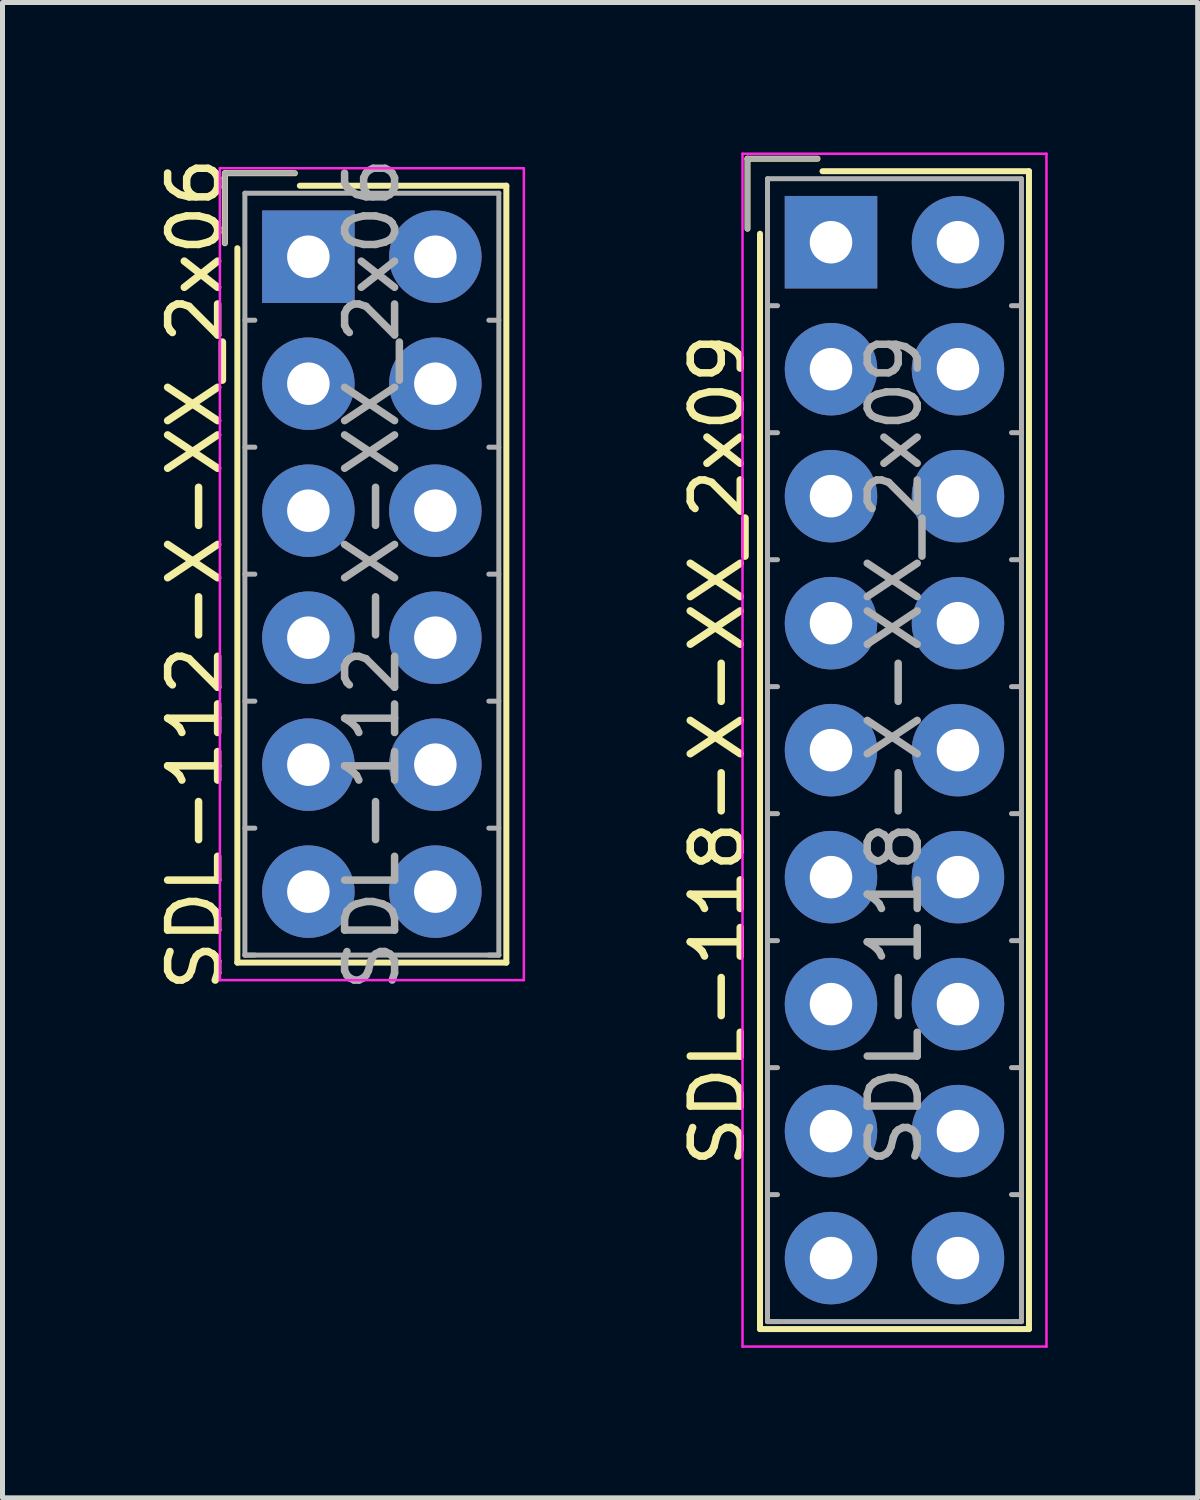
<source format=kicad_pcb>
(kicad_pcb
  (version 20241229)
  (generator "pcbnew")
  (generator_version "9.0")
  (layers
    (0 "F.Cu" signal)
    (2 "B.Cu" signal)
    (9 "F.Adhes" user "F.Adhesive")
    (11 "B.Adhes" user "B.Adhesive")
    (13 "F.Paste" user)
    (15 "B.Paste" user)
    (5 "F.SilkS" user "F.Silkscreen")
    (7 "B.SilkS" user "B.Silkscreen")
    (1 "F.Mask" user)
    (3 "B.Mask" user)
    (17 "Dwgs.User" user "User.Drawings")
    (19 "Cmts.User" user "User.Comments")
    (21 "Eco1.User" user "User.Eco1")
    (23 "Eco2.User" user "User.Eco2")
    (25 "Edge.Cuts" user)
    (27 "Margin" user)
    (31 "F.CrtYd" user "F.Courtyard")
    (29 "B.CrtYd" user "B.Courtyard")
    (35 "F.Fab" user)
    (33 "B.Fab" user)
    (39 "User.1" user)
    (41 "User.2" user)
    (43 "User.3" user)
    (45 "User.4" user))
  (footprint "SDL-112-X-XX_2x06"
    (layer "F.Cu")
    (at 3.118 2.085)
    (property "Reference" "SDL-112-X-XX_2x06" (at -2.27 6.35 90) (layer "F.SilkS") (effects (font (size 1 1) (thickness 0.15))))
    (attr through_hole)
    (fp_line (start -1.67 -1.67) (end -1.67 -0.27) (stroke (width 0.12) (type solid)) (layer "F.SilkS"))
    (fp_line (start -1.42 14.12) (end -1.42 -0.17) (stroke (width 0.12) (type solid)) (layer "F.SilkS"))
    (fp_line (start -0.27 -1.67) (end -1.67 -1.67) (stroke (width 0.12) (type solid)) (layer "F.SilkS"))
    (fp_line (start -0.17 -1.42) (end 3.96 -1.42) (stroke (width 0.12) (type solid)) (layer "F.SilkS"))
    (fp_line (start 3.96 -1.42) (end 3.96 14.12) (stroke (width 0.12) (type solid)) (layer "F.SilkS"))
    (fp_line (start 3.96 14.12) (end -1.42 14.12) (stroke (width 0.12) (type solid)) (layer "F.SilkS"))
    (fp_line (start -1.77 -1.77) (end -1.77 14.47) (stroke (width 0.05) (type solid)) (layer "F.CrtYd"))
    (fp_line (start -1.77 14.47) (end 4.31 14.47) (stroke (width 0.05) (type solid)) (layer "F.CrtYd"))
    (fp_line (start 4.31 -1.77) (end -1.77 -1.77) (stroke (width 0.05) (type solid)) (layer "F.CrtYd"))
    (fp_line (start 4.31 14.47) (end 4.31 -1.77) (stroke (width 0.05) (type solid)) (layer "F.CrtYd"))
    (fp_line (start -1.67 -1.67) (end -1.67 -0.27) (stroke (width 0.1) (type solid)) (layer "F.Fab"))
    (fp_line (start -1.27 -1.27) (end -1.27 13.97) (stroke (width 0.1) (type solid)) (layer "F.Fab"))
    (fp_line (start -1.27 1.27) (end -1.07 1.27) (stroke (width 0.1) (type solid)) (layer "F.Fab"))
    (fp_line (start -1.27 3.81) (end -1.07 3.81) (stroke (width 0.1) (type solid)) (layer "F.Fab"))
    (fp_line (start -1.27 6.35) (end -1.07 6.35) (stroke (width 0.1) (type solid)) (layer "F.Fab"))
    (fp_line (start -1.27 8.89) (end -1.07 8.89) (stroke (width 0.1) (type solid)) (layer "F.Fab"))
    (fp_line (start -1.27 11.43) (end -1.07 11.43) (stroke (width 0.1) (type solid)) (layer "F.Fab"))
    (fp_line (start -1.27 13.97) (end -1.07 13.97) (stroke (width 0.1) (type solid)) (layer "F.Fab"))
    (fp_line (start -1.27 13.97) (end 3.81 13.97) (stroke (width 0.1) (type solid)) (layer "F.Fab"))
    (fp_line (start -0.27 -1.67) (end -1.67 -1.67) (stroke (width 0.1) (type solid)) (layer "F.Fab"))
    (fp_line (start 3.81 -1.27) (end -1.27 -1.27) (stroke (width 0.1) (type solid)) (layer "F.Fab"))
    (fp_line (start 3.81 1.27) (end 3.61 1.27) (stroke (width 0.1) (type solid)) (layer "F.Fab"))
    (fp_line (start 3.81 3.81) (end 3.61 3.81) (stroke (width 0.1) (type solid)) (layer "F.Fab"))
    (fp_line (start 3.81 6.35) (end 3.61 6.35) (stroke (width 0.1) (type solid)) (layer "F.Fab"))
    (fp_line (start 3.81 8.89) (end 3.61 8.89) (stroke (width 0.1) (type solid)) (layer "F.Fab"))
    (fp_line (start 3.81 11.43) (end 3.61 11.43) (stroke (width 0.1) (type solid)) (layer "F.Fab"))
    (fp_line (start 3.81 13.97) (end 3.61 13.97) (stroke (width 0.1) (type solid)) (layer "F.Fab"))
    (fp_line (start 3.81 13.97) (end 3.81 -1.27) (stroke (width 0.1) (type solid)) (layer "F.Fab"))
    (fp_text user "${REFERENCE}" (at 1.27 6.35 90) (layer "F.Fab") (effects (font (size 1 1) (thickness 0.15))))
    (pad "1" thru_hole rect (at 0 0) (size 1.85 1.85) (drill 0.85) (layers "*.Cu" "*.Mask"))
    (pad "2" thru_hole circle (at 2.54 0) (size 1.85 1.85) (drill 0.85) (layers "*.Cu" "*.Mask"))
    (pad "3" thru_hole circle (at 0 2.54) (size 1.85 1.85) (drill 0.85) (layers "*.Cu" "*.Mask"))
    (pad "4" thru_hole circle (at 2.54 2.54) (size 1.85 1.85) (drill 0.85) (layers "*.Cu" "*.Mask"))
    (pad "5" thru_hole circle (at 0 5.08) (size 1.85 1.85) (drill 0.85) (layers "*.Cu" "*.Mask"))
    (pad "6" thru_hole circle (at 2.54 5.08) (size 1.85 1.85) (drill 0.85) (layers "*.Cu" "*.Mask"))
    (pad "7" thru_hole circle (at 0 7.62) (size 1.85 1.85) (drill 0.85) (layers "*.Cu" "*.Mask"))
    (pad "8" thru_hole circle (at 2.54 7.62) (size 1.85 1.85) (drill 0.85) (layers "*.Cu" "*.Mask"))
    (pad "9" thru_hole circle (at 0 10.16) (size 1.85 1.85) (drill 0.85) (layers "*.Cu" "*.Mask"))
    (pad "10" thru_hole circle (at 2.54 10.16) (size 1.85 1.85) (drill 0.85) (layers "*.Cu" "*.Mask"))
    (pad "11" thru_hole circle (at 0 12.7) (size 1.85 1.85) (drill 0.85) (layers "*.Cu" "*.Mask"))
    (pad "12" thru_hole circle (at 2.54 12.7) (size 1.85 1.85) (drill 0.85) (layers "*.Cu" "*.Mask")))
  (footprint "SDL-118-X-XX_2x09"
    (layer "F.Cu")
    (at 13.572 1.795)
    (property "Reference" "SDL-118-X-XX_2x09" (at -2.27 10.16 90) (layer "F.SilkS") (effects (font (size 1 1) (thickness 0.15))))
    (attr through_hole)
    (fp_line (start -1.67 -1.67) (end -1.67 -0.27) (stroke (width 0.12) (type solid)) (layer "F.SilkS"))
    (fp_line (start -1.42 21.74) (end -1.42 -0.17) (stroke (width 0.12) (type solid)) (layer "F.SilkS"))
    (fp_line (start -0.27 -1.67) (end -1.67 -1.67) (stroke (width 0.12) (type solid)) (layer "F.SilkS"))
    (fp_line (start -0.17 -1.42) (end 3.96 -1.42) (stroke (width 0.12) (type solid)) (layer "F.SilkS"))
    (fp_line (start 3.96 -1.42) (end 3.96 21.74) (stroke (width 0.12) (type solid)) (layer "F.SilkS"))
    (fp_line (start 3.96 21.74) (end -1.42 21.74) (stroke (width 0.12) (type solid)) (layer "F.SilkS"))
    (fp_line (start -1.77 -1.77) (end -1.77 22.09) (stroke (width 0.05) (type solid)) (layer "F.CrtYd"))
    (fp_line (start -1.77 22.09) (end 4.31 22.09) (stroke (width 0.05) (type solid)) (layer "F.CrtYd"))
    (fp_line (start 4.31 -1.77) (end -1.77 -1.77) (stroke (width 0.05) (type solid)) (layer "F.CrtYd"))
    (fp_line (start 4.31 22.09) (end 4.31 -1.77) (stroke (width 0.05) (type solid)) (layer "F.CrtYd"))
    (fp_line (start -1.67 -1.67) (end -1.67 -0.27) (stroke (width 0.1) (type solid)) (layer "F.Fab"))
    (fp_line (start -1.27 -1.27) (end -1.27 21.59) (stroke (width 0.1) (type solid)) (layer "F.Fab"))
    (fp_line (start -1.27 1.27) (end -1.07 1.27) (stroke (width 0.1) (type solid)) (layer "F.Fab"))
    (fp_line (start -1.27 3.81) (end -1.07 3.81) (stroke (width 0.1) (type solid)) (layer "F.Fab"))
    (fp_line (start -1.27 6.35) (end -1.07 6.35) (stroke (width 0.1) (type solid)) (layer "F.Fab"))
    (fp_line (start -1.27 8.89) (end -1.07 8.89) (stroke (width 0.1) (type solid)) (layer "F.Fab"))
    (fp_line (start -1.27 11.43) (end -1.07 11.43) (stroke (width 0.1) (type solid)) (layer "F.Fab"))
    (fp_line (start -1.27 13.97) (end -1.07 13.97) (stroke (width 0.1) (type solid)) (layer "F.Fab"))
    (fp_line (start -1.27 16.51) (end -1.07 16.51) (stroke (width 0.1) (type solid)) (layer "F.Fab"))
    (fp_line (start -1.27 19.05) (end -1.07 19.05) (stroke (width 0.1) (type solid)) (layer "F.Fab"))
    (fp_line (start -1.27 21.59) (end -1.07 21.59) (stroke (width 0.1) (type solid)) (layer "F.Fab"))
    (fp_line (start -1.27 21.59) (end 3.81 21.59) (stroke (width 0.1) (type solid)) (layer "F.Fab"))
    (fp_line (start -0.27 -1.67) (end -1.67 -1.67) (stroke (width 0.1) (type solid)) (layer "F.Fab"))
    (fp_line (start 3.81 -1.27) (end -1.27 -1.27) (stroke (width 0.1) (type solid)) (layer "F.Fab"))
    (fp_line (start 3.81 1.27) (end 3.61 1.27) (stroke (width 0.1) (type solid)) (layer "F.Fab"))
    (fp_line (start 3.81 3.81) (end 3.61 3.81) (stroke (width 0.1) (type solid)) (layer "F.Fab"))
    (fp_line (start 3.81 6.35) (end 3.61 6.35) (stroke (width 0.1) (type solid)) (layer "F.Fab"))
    (fp_line (start 3.81 8.89) (end 3.61 8.89) (stroke (width 0.1) (type solid)) (layer "F.Fab"))
    (fp_line (start 3.81 11.43) (end 3.61 11.43) (stroke (width 0.1) (type solid)) (layer "F.Fab"))
    (fp_line (start 3.81 13.97) (end 3.61 13.97) (stroke (width 0.1) (type solid)) (layer "F.Fab"))
    (fp_line (start 3.81 16.51) (end 3.61 16.51) (stroke (width 0.1) (type solid)) (layer "F.Fab"))
    (fp_line (start 3.81 19.05) (end 3.61 19.05) (stroke (width 0.1) (type solid)) (layer "F.Fab"))
    (fp_line (start 3.81 21.59) (end 3.61 21.59) (stroke (width 0.1) (type solid)) (layer "F.Fab"))
    (fp_line (start 3.81 21.59) (end 3.81 -1.27) (stroke (width 0.1) (type solid)) (layer "F.Fab"))
    (fp_text user "${REFERENCE}" (at 1.27 10.16 90) (layer "F.Fab") (effects (font (size 1 1) (thickness 0.15))))
    (pad "1" thru_hole rect (at 0 0) (size 1.85 1.85) (drill 0.85) (layers "*.Cu" "*.Mask"))
    (pad "2" thru_hole circle (at 2.54 0) (size 1.85 1.85) (drill 0.85) (layers "*.Cu" "*.Mask"))
    (pad "3" thru_hole circle (at 0 2.54) (size 1.85 1.85) (drill 0.85) (layers "*.Cu" "*.Mask"))
    (pad "4" thru_hole circle (at 2.54 2.54) (size 1.85 1.85) (drill 0.85) (layers "*.Cu" "*.Mask"))
    (pad "5" thru_hole circle (at 0 5.08) (size 1.85 1.85) (drill 0.85) (layers "*.Cu" "*.Mask"))
    (pad "6" thru_hole circle (at 2.54 5.08) (size 1.85 1.85) (drill 0.85) (layers "*.Cu" "*.Mask"))
    (pad "7" thru_hole circle (at 0 7.62) (size 1.85 1.85) (drill 0.85) (layers "*.Cu" "*.Mask"))
    (pad "8" thru_hole circle (at 2.54 7.62) (size 1.85 1.85) (drill 0.85) (layers "*.Cu" "*.Mask"))
    (pad "9" thru_hole circle (at 0 10.16) (size 1.85 1.85) (drill 0.85) (layers "*.Cu" "*.Mask"))
    (pad "10" thru_hole circle (at 2.54 10.16) (size 1.85 1.85) (drill 0.85) (layers "*.Cu" "*.Mask"))
    (pad "11" thru_hole circle (at 0 12.7) (size 1.85 1.85) (drill 0.85) (layers "*.Cu" "*.Mask"))
    (pad "12" thru_hole circle (at 2.54 12.7) (size 1.85 1.85) (drill 0.85) (layers "*.Cu" "*.Mask"))
    (pad "13" thru_hole circle (at 0 15.24) (size 1.85 1.85) (drill 0.85) (layers "*.Cu" "*.Mask"))
    (pad "14" thru_hole circle (at 2.54 15.24) (size 1.85 1.85) (drill 0.85) (layers "*.Cu" "*.Mask"))
    (pad "15" thru_hole circle (at 0 17.78) (size 1.85 1.85) (drill 0.85) (layers "*.Cu" "*.Mask"))
    (pad "16" thru_hole circle (at 2.54 17.78) (size 1.85 1.85) (drill 0.85) (layers "*.Cu" "*.Mask"))
    (pad "17" thru_hole circle (at 0 20.32) (size 1.85 1.85) (drill 0.85) (layers "*.Cu" "*.Mask"))
    (pad "18" thru_hole circle (at 2.54 20.32) (size 1.85 1.85) (drill 0.85) (layers "*.Cu" "*.Mask")))
  (gr_rect
    (start -3 -3)
    (end 20.907 26.91)
    (stroke (width 0.1) (type default))
    (fill no)
    (layer "Edge.Cuts")))
</source>
